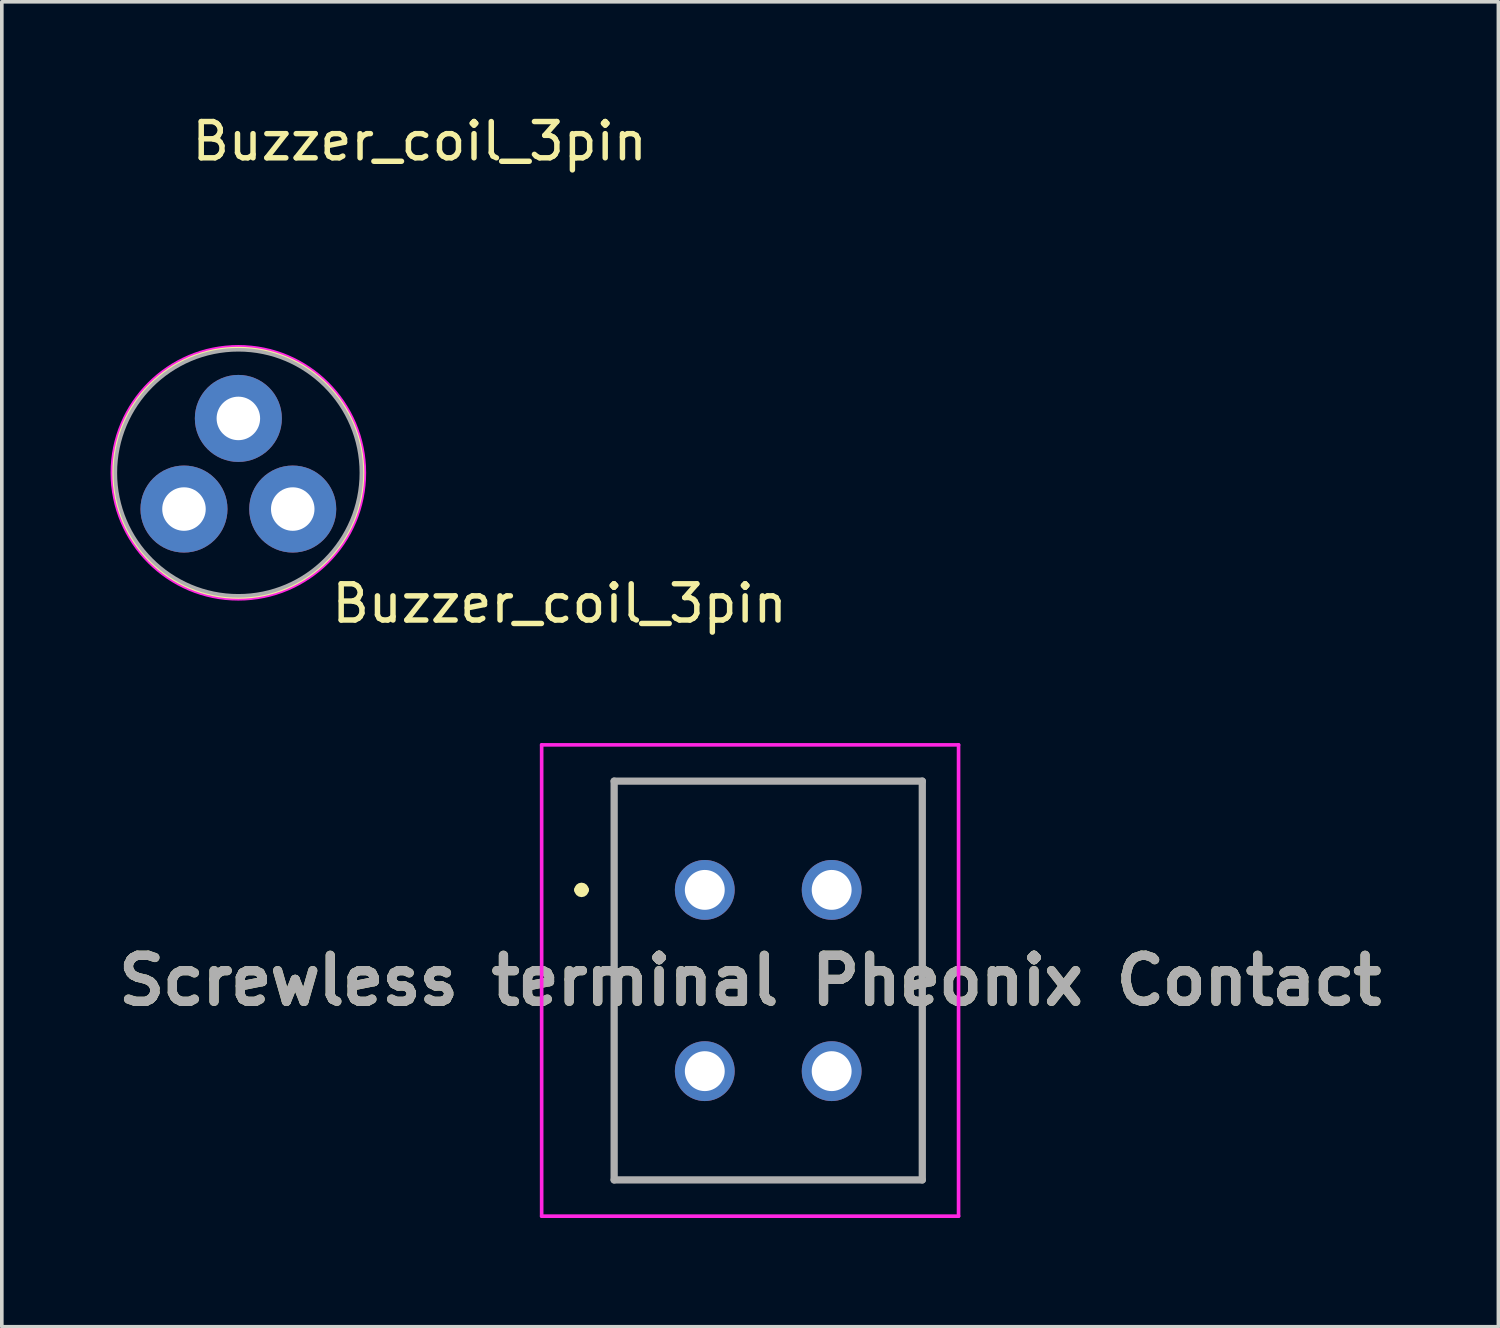
<source format=kicad_pcb>
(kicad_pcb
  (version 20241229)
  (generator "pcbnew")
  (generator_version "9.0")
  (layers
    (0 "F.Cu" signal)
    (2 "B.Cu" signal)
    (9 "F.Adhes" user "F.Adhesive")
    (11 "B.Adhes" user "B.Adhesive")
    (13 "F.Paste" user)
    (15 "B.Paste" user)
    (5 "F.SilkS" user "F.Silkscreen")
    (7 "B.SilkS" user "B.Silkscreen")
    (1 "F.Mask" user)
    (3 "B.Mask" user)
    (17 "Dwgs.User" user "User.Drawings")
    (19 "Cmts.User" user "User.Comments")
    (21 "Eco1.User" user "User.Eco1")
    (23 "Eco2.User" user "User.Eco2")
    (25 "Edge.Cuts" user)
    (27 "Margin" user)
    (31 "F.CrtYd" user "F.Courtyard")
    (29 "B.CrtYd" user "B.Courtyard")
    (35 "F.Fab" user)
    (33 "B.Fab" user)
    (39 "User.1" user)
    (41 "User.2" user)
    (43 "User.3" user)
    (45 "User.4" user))
  (footprint "Screwless terminal Pheonix Contact"
    (layer "F.Cu")
    (at 16.391 21.497)
    (property "Reference" "Screwless terminal Pheonix Contact" (at 1.25 2.5 0) (layer "F.SilkS") (effects (font (size 1.27 1.27) (thickness 0.254))))
    (attr through_hole)
    (fp_line (start -3.5 0) (end -3.5 0) (stroke (width 0.2) (type solid)) (layer "F.SilkS"))
    (fp_line (start -3.3 0) (end -3.3 0) (stroke (width 0.2) (type solid)) (layer "F.SilkS"))
    (fp_line (start -2.5 -3) (end 6 -3) (stroke (width 0.1) (type solid)) (layer "F.SilkS"))
    (fp_line (start -2.5 8) (end -2.5 -3) (stroke (width 0.1) (type solid)) (layer "F.SilkS"))
    (fp_line (start 6 -3) (end 6 8) (stroke (width 0.1) (type solid)) (layer "F.SilkS"))
    (fp_line (start 6 8) (end -2.5 8) (stroke (width 0.1) (type solid)) (layer "F.SilkS"))
    (fp_arc (start -3.5 0) (mid -3.4 -0.1) (end -3.3 0) (stroke (width 0.2) (type solid)) (layer "F.SilkS"))
    (fp_arc (start -3.3 0) (mid -3.4 0.1) (end -3.5 0) (stroke (width 0.2) (type solid)) (layer "F.SilkS"))
    (fp_line (start -4.5 -4) (end 7 -4) (stroke (width 0.1) (type solid)) (layer "F.CrtYd"))
    (fp_line (start -4.5 9) (end -4.5 -4) (stroke (width 0.1) (type solid)) (layer "F.CrtYd"))
    (fp_line (start 7 -4) (end 7 9) (stroke (width 0.1) (type solid)) (layer "F.CrtYd"))
    (fp_line (start 7 9) (end -4.5 9) (stroke (width 0.1) (type solid)) (layer "F.CrtYd"))
    (fp_line (start -2.5 -3) (end 6 -3) (stroke (width 0.2) (type solid)) (layer "F.Fab"))
    (fp_line (start -2.5 8) (end -2.5 -3) (stroke (width 0.2) (type solid)) (layer "F.Fab"))
    (fp_line (start 6 -3) (end 6 8) (stroke (width 0.2) (type solid)) (layer "F.Fab"))
    (fp_line (start 6 8) (end -2.5 8) (stroke (width 0.2) (type solid)) (layer "F.Fab"))
    (fp_text user "${REFERENCE}" (at 1.25 2.5 0) (layer "F.Fab") (effects (font (size 1.27 1.27) (thickness 0.254))))
    (pad "1" thru_hole circle (at 0 0) (size 1.65 1.65) (drill 1.1) (layers "*.Cu" "*.Mask"))
    (pad "2" thru_hole circle (at 0 5) (size 1.65 1.65) (drill 1.1) (layers "*.Cu" "*.Mask"))
    (pad "3" thru_hole circle (at 3.5 0) (size 1.65 1.65) (drill 1.1) (layers "*.Cu" "*.Mask"))
    (pad "4" thru_hole circle (at 3.5 5) (size 1.65 1.65) (drill 1.1) (layers "*.Cu" "*.Mask")))
  (footprint "Buzzer_coil_3pin"
    (layer "F.Cu")
    (at 3.525 10.098)
    (property "Reference" "Buzzer_coil_3pin" (at 5 -9.25 0) (layer "F.SilkS") (effects (font (size 1 1) (thickness 0.15))))
    (attr through_hole)
    (fp_circle (center 0 -0.106) (end 3.445 -0.106) (stroke (width 0.12) (type solid)) (fill no) (layer "F.SilkS"))
    (fp_circle (center 0 -0.106) (end 3.5 -0.106) (stroke (width 0.05) (type solid)) (fill no) (layer "F.CrtYd"))
    (fp_circle (center 0 -0.106) (end 3.394 -0.106) (stroke (width 0.1) (type solid)) (fill no) (layer "F.Fab"))
    (fp_text user "${REFERENCE}" (at 2.5 3.5 0) (layer "F.SilkS") (effects (font (size 1 1) (thickness 0.15)) (justify left)))
    (pad "1" thru_hole circle (at -1.5 0.894) (size 2.4 2.4) (drill 1.2) (layers "*.Cu" "*.Mask"))
    (pad "2" thru_hole circle (at 1.5 0.894) (size 2.4 2.4) (drill 1.2) (layers "*.Cu" "*.Mask"))
    (pad "3" thru_hole circle (at 0 -1.606 90) (size 2.4 2.4) (drill 1.2) (layers "*.Cu" "*.Mask")))
  (gr_rect
    (start -3 -3)
    (end 38.282 33.547)
    (stroke (width 0.1) (type default))
    (fill no)
    (layer "Edge.Cuts")))
</source>
